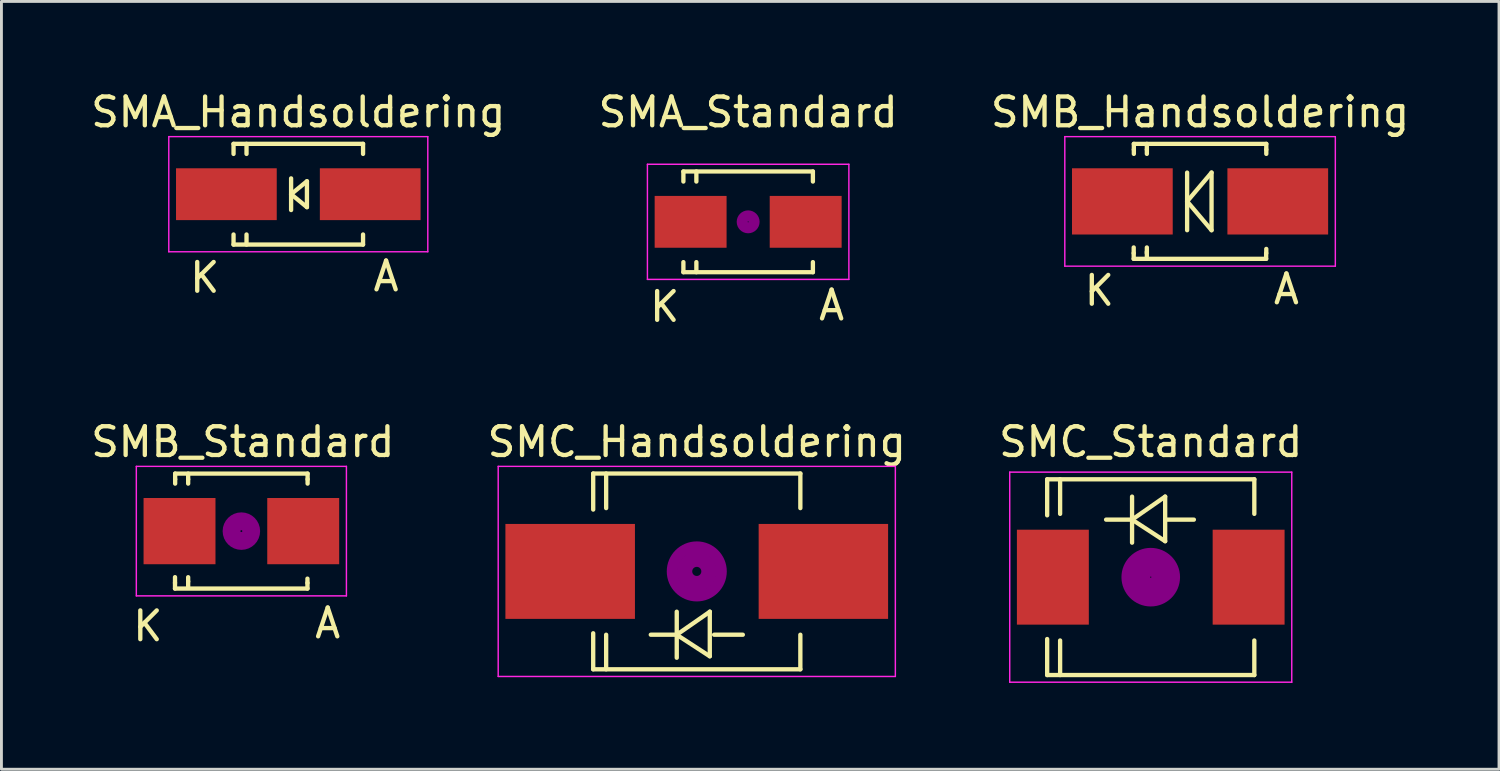
<source format=kicad_pcb>
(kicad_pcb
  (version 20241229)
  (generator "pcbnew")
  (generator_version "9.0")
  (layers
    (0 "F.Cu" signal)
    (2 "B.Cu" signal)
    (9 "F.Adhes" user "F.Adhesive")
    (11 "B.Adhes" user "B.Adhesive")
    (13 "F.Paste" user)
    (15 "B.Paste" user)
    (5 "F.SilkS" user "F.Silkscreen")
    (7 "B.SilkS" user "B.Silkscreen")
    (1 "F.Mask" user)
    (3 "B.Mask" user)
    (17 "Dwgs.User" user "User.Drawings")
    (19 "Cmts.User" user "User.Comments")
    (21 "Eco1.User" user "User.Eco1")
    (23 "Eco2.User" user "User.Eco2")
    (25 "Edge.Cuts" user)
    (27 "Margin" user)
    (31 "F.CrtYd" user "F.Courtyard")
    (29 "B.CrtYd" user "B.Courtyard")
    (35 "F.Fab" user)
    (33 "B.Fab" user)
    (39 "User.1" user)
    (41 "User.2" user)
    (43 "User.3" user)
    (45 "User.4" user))
  (footprint "SMC_Standard"
    (layer "F.Cu")
    (at 36.935 17.005)
    (property "Reference" "SMC_Standard" (at 0 -4.7 0) (layer "F.SilkS") (effects (font (size 1 1) (thickness 0.15))))
    (attr smd)
    (fp_line (start -3.599 -3.401) (end -3.599 -2.149) (stroke (width 0.15) (type solid)) (layer "F.SilkS"))
    (fp_line (start -3.599 -3.401) (end 3.599 -3.401) (stroke (width 0.15) (type solid)) (layer "F.SilkS"))
    (fp_line (start -3.599 3.401) (end -3.599 2.149) (stroke (width 0.15) (type solid)) (layer "F.SilkS"))
    (fp_line (start -3.599 3.401) (end 3.599 3.401) (stroke (width 0.15) (type solid)) (layer "F.SilkS"))
    (fp_line (start -3.149 -3.401) (end -3.149 -2.2) (stroke (width 0.15) (type solid)) (layer "F.SilkS"))
    (fp_line (start -3.149 3.401) (end -3.149 2.2) (stroke (width 0.15) (type solid)) (layer "F.SilkS"))
    (fp_line (start -0.649 -2.799) (end -0.649 -1.199) (stroke (width 0.15) (type solid)) (layer "F.SilkS"))
    (fp_line (start -0.649 -1.999) (end -1.551 -1.999) (stroke (width 0.15) (type solid)) (layer "F.SilkS"))
    (fp_line (start -0.649 -1.999) (end 0.501 -2.799) (stroke (width 0.15) (type solid)) (layer "F.SilkS"))
    (fp_line (start -0.649 -1.999) (end 0.501 -1.25) (stroke (width 0.15) (type solid)) (layer "F.SilkS"))
    (fp_line (start 0.501 -1.999) (end 1.499 -1.999) (stroke (width 0.15) (type solid)) (layer "F.SilkS"))
    (fp_line (start 0.501 -1.25) (end 0.501 -2.799) (stroke (width 0.15) (type solid)) (layer "F.SilkS"))
    (fp_line (start 3.599 -3.401) (end 3.599 -2.2) (stroke (width 0.15) (type solid)) (layer "F.SilkS"))
    (fp_line (start 3.599 3.401) (end 3.599 2.2) (stroke (width 0.15) (type solid)) (layer "F.SilkS"))
    (fp_circle (center 0 0) (end 0.15 0.15) (stroke (width 0.381) (type solid)) (fill no) (layer "F.Adhes"))
    (fp_circle (center 0 0) (end 0.45 0.201) (stroke (width 0.381) (type solid)) (fill no) (layer "F.Adhes"))
    (fp_circle (center 0 0) (end 0.749 0.351) (stroke (width 0.381) (type solid)) (fill no) (layer "F.Adhes"))
    (fp_line (start -4.9 -3.65) (end 4.9 -3.65) (stroke (width 0.05) (type solid)) (layer "F.CrtYd"))
    (fp_line (start -4.9 3.65) (end -4.9 -3.65) (stroke (width 0.05) (type solid)) (layer "F.CrtYd"))
    (fp_line (start 4.9 -3.65) (end 4.9 3.65) (stroke (width 0.05) (type solid)) (layer "F.CrtYd"))
    (fp_line (start 4.9 3.65) (end -4.9 3.65) (stroke (width 0.05) (type solid)) (layer "F.CrtYd"))
    (pad "1" smd rect (at -3.401 0 90) (size 3.299 2.499) (layers "F.Cu" "F.Mask" "F.Paste"))
    (pad "2" smd rect (at 3.401 0 90) (size 3.299 2.499) (layers "F.Cu" "F.Mask" "F.Paste")))
  (footprint "SMB_Handsoldering"
    (layer "F.Cu")
    (at 38.649 3.948)
    (property "Reference" "SMB_Handsoldering" (at 0 -3.1 0) (layer "F.SilkS") (effects (font (size 1 1) (thickness 0.15))))
    (attr smd)
    (fp_line (start -2.306 1.8) (end -2.306 1.6) (stroke (width 0.15) (type solid)) (layer "F.SilkS"))
    (fp_line (start -2.306 1.996) (end -2.306 1.798) (stroke (width 0.15) (type solid)) (layer "F.SilkS"))
    (fp_line (start -2.306 1.996) (end 2.296 1.996) (stroke (width 0.15) (type solid)) (layer "F.SilkS"))
    (fp_line (start -2.301 -1.999) (end -2.301 -1.801) (stroke (width 0.15) (type solid)) (layer "F.SilkS"))
    (fp_line (start -2.301 -1.999) (end 2.301 -1.999) (stroke (width 0.15) (type solid)) (layer "F.SilkS"))
    (fp_line (start -2.301 -1.8) (end -2.301 -1.651) (stroke (width 0.15) (type solid)) (layer "F.SilkS"))
    (fp_line (start -1.849 -1.999) (end -1.849 -1.801) (stroke (width 0.15) (type solid)) (layer "F.SilkS"))
    (fp_line (start -1.849 -1.8) (end -1.849 -1.651) (stroke (width 0.15) (type solid)) (layer "F.SilkS"))
    (fp_line (start -1.849 1.8) (end -1.849 1.601) (stroke (width 0.15) (type solid)) (layer "F.SilkS"))
    (fp_line (start -1.849 1.949) (end -1.849 1.751) (stroke (width 0.15) (type solid)) (layer "F.SilkS"))
    (fp_line (start -0.45 0) (end -0.45 -1.001) (stroke (width 0.15) (type solid)) (layer "F.SilkS"))
    (fp_line (start -0.45 0) (end -0.45 1.001) (stroke (width 0.15) (type solid)) (layer "F.SilkS"))
    (fp_line (start -0.45 0) (end 0.399 -1.001) (stroke (width 0.15) (type solid)) (layer "F.SilkS"))
    (fp_line (start 0.399 -1.001) (end 0.399 1.001) (stroke (width 0.15) (type solid)) (layer "F.SilkS"))
    (fp_line (start 0.399 1.001) (end -0.45 0) (stroke (width 0.15) (type solid)) (layer "F.SilkS"))
    (fp_line (start 2.296 1.996) (end 2.296 1.798) (stroke (width 0.15) (type solid)) (layer "F.SilkS"))
    (fp_line (start 2.301 -1.999) (end 2.301 -1.801) (stroke (width 0.15) (type solid)) (layer "F.SilkS"))
    (fp_line (start 2.301 -1.8) (end 2.301 -1.651) (stroke (width 0.15) (type solid)) (layer "F.SilkS"))
    (fp_line (start 2.301 1.8) (end 2.301 1.651) (stroke (width 0.15) (type solid)) (layer "F.SilkS"))
    (fp_line (start -4.7 -2.25) (end 4.7 -2.25) (stroke (width 0.05) (type solid)) (layer "F.CrtYd"))
    (fp_line (start -4.7 2.25) (end -4.7 -2.25) (stroke (width 0.05) (type solid)) (layer "F.CrtYd"))
    (fp_line (start 4.7 -2.25) (end 4.7 2.25) (stroke (width 0.05) (type solid)) (layer "F.CrtYd"))
    (fp_line (start 4.7 2.25) (end -4.7 2.25) (stroke (width 0.05) (type solid)) (layer "F.CrtYd"))
    (fp_text user "A" (at 3 3.05 0) (layer "F.SilkS") (effects (font (size 1 1) (thickness 0.15))))
    (fp_text user "K" (at -3.5 3.1 0) (layer "F.SilkS") (effects (font (size 1 1) (thickness 0.15))))
    (pad "1" smd rect (at -2.7 0) (size 3.5 2.301) (layers "F.Cu" "F.Mask" "F.Paste"))
    (pad "2" smd rect (at 2.7 0) (size 3.5 2.301) (layers "F.Cu" "F.Mask" "F.Paste")))
  (footprint "SMA_Handsoldering"
    (layer "F.Cu")
    (at 7.315 3.698)
    (property "Reference" "SMA_Handsoldering" (at 0 -2.85 0) (layer "F.SilkS") (effects (font (size 1 1) (thickness 0.15))))
    (attr smd)
    (fp_line (start -2.25 -1.75) (end -2.25 -1.4) (stroke (width 0.15) (type solid)) (layer "F.SilkS"))
    (fp_line (start -2.25 -1.75) (end 2.25 -1.75) (stroke (width 0.15) (type solid)) (layer "F.SilkS"))
    (fp_line (start -2.25 1.75) (end -2.25 1.4) (stroke (width 0.15) (type solid)) (layer "F.SilkS"))
    (fp_line (start -2.25 1.75) (end 2.25 1.75) (stroke (width 0.15) (type solid)) (layer "F.SilkS"))
    (fp_line (start -1.799 -1.75) (end -1.799 -1.4) (stroke (width 0.15) (type solid)) (layer "F.SilkS"))
    (fp_line (start -1.799 1.75) (end -1.799 1.4) (stroke (width 0.15) (type solid)) (layer "F.SilkS"))
    (fp_line (start -0.25 -0.55) (end -0.25 0.55) (stroke (width 0.15) (type solid)) (layer "F.SilkS"))
    (fp_line (start -0.25 0) (end 0.3 -0.45) (stroke (width 0.15) (type solid)) (layer "F.SilkS"))
    (fp_line (start 0.3 -0.45) (end 0.3 0.45) (stroke (width 0.15) (type solid)) (layer "F.SilkS"))
    (fp_line (start 0.3 0.45) (end -0.25 0) (stroke (width 0.15) (type solid)) (layer "F.SilkS"))
    (fp_line (start 2.25 -1.75) (end 2.25 -1.4) (stroke (width 0.15) (type solid)) (layer "F.SilkS"))
    (fp_line (start 2.25 1.75) (end 2.25 1.4) (stroke (width 0.15) (type solid)) (layer "F.SilkS"))
    (fp_line (start -4.5 -2) (end 4.5 -2) (stroke (width 0.05) (type solid)) (layer "F.CrtYd"))
    (fp_line (start -4.5 2) (end -4.5 -2) (stroke (width 0.05) (type solid)) (layer "F.CrtYd"))
    (fp_line (start 4.5 -2) (end 4.5 2) (stroke (width 0.05) (type solid)) (layer "F.CrtYd"))
    (fp_line (start 4.5 2) (end -4.5 2) (stroke (width 0.05) (type solid)) (layer "F.CrtYd"))
    (fp_text user "A" (at 3.05 2.85 0) (layer "F.SilkS") (effects (font (size 1 1) (thickness 0.15))))
    (fp_text user "K" (at -3.25 2.9 0) (layer "F.SilkS") (effects (font (size 1 1) (thickness 0.15))))
    (pad "1" smd rect (at -2.499 0) (size 3.5 1.801) (layers "F.Cu" "F.Mask" "F.Paste"))
    (pad "2" smd rect (at 2.499 0) (size 3.5 1.801) (layers "F.Cu" "F.Mask" "F.Paste")))
  (footprint "SMB_Standard"
    (layer "F.Cu")
    (at 5.337 15.405)
    (property "Reference" "SMB_Standard" (at 0.05 -3.1 0) (layer "F.SilkS") (effects (font (size 1 1) (thickness 0.15))))
    (attr smd)
    (fp_line (start -2.306 1.8) (end -2.306 1.6) (stroke (width 0.15) (type solid)) (layer "F.SilkS"))
    (fp_line (start -2.306 1.996) (end -2.306 1.798) (stroke (width 0.15) (type solid)) (layer "F.SilkS"))
    (fp_line (start -2.306 1.996) (end 2.296 1.996) (stroke (width 0.15) (type solid)) (layer "F.SilkS"))
    (fp_line (start -2.301 -1.999) (end -2.301 -1.801) (stroke (width 0.15) (type solid)) (layer "F.SilkS"))
    (fp_line (start -2.301 -1.999) (end 2.301 -1.999) (stroke (width 0.15) (type solid)) (layer "F.SilkS"))
    (fp_line (start -2.301 -1.8) (end -2.301 -1.651) (stroke (width 0.15) (type solid)) (layer "F.SilkS"))
    (fp_line (start -1.849 -1.999) (end -1.849 -1.801) (stroke (width 0.15) (type solid)) (layer "F.SilkS"))
    (fp_line (start -1.849 -1.8) (end -1.849 -1.651) (stroke (width 0.15) (type solid)) (layer "F.SilkS"))
    (fp_line (start -1.849 1.75) (end -1.849 1.601) (stroke (width 0.15) (type solid)) (layer "F.SilkS"))
    (fp_line (start -1.849 1.949) (end -1.849 1.751) (stroke (width 0.15) (type solid)) (layer "F.SilkS"))
    (fp_line (start 2.296 1.8) (end 2.296 1.651) (stroke (width 0.15) (type solid)) (layer "F.SilkS"))
    (fp_line (start 2.296 1.996) (end 2.296 1.798) (stroke (width 0.15) (type solid)) (layer "F.SilkS"))
    (fp_line (start 2.301 -1.999) (end 2.301 -1.801) (stroke (width 0.15) (type solid)) (layer "F.SilkS"))
    (fp_line (start 2.301 -1.8) (end 2.301 -1.651) (stroke (width 0.15) (type solid)) (layer "F.SilkS"))
    (fp_circle (center 0 0) (end 0.201 0.099) (stroke (width 0.381) (type solid)) (fill no) (layer "F.Adhes"))
    (fp_circle (center 0 0) (end 0.45 0.099) (stroke (width 0.381) (type solid)) (fill no) (layer "F.Adhes"))
    (fp_line (start -3.65 -2.25) (end 3.65 -2.25) (stroke (width 0.05) (type solid)) (layer "F.CrtYd"))
    (fp_line (start -3.65 2.25) (end -3.65 -2.25) (stroke (width 0.05) (type solid)) (layer "F.CrtYd"))
    (fp_line (start 3.65 -2.25) (end 3.65 2.25) (stroke (width 0.05) (type solid)) (layer "F.CrtYd"))
    (fp_line (start 3.65 2.25) (end -3.65 2.25) (stroke (width 0.05) (type solid)) (layer "F.CrtYd"))
    (fp_text user "K" (at -3.25 3.3 0) (layer "F.SilkS") (effects (font (size 1 1) (thickness 0.15))))
    (fp_text user "A" (at 3 3.2 0) (layer "F.SilkS") (effects (font (size 1 1) (thickness 0.15))))
    (pad "1" smd rect (at -2.149 0) (size 2.499 2.301) (layers "F.Cu" "F.Mask" "F.Paste"))
    (pad "2" smd rect (at 2.149 0) (size 2.499 2.301) (layers "F.Cu" "F.Mask" "F.Paste")))
  (footprint "SMA_Standard"
    (layer "F.Cu")
    (at 22.946 4.658)
    (property "Reference" "SMA_Standard" (at 0 -3.81 0) (layer "F.SilkS") (effects (font (size 1 1) (thickness 0.15))))
    (attr smd)
    (fp_line (start -2.25 -1.75) (end -2.25 -1.4) (stroke (width 0.15) (type solid)) (layer "F.SilkS"))
    (fp_line (start -2.25 -1.75) (end 2.25 -1.75) (stroke (width 0.15) (type solid)) (layer "F.SilkS"))
    (fp_line (start -2.25 1.75) (end -2.25 1.4) (stroke (width 0.15) (type solid)) (layer "F.SilkS"))
    (fp_line (start -2.25 1.75) (end 2.25 1.75) (stroke (width 0.15) (type solid)) (layer "F.SilkS"))
    (fp_line (start -1.799 -1.75) (end -1.799 -1.4) (stroke (width 0.15) (type solid)) (layer "F.SilkS"))
    (fp_line (start -1.799 1.75) (end -1.799 1.4) (stroke (width 0.15) (type solid)) (layer "F.SilkS"))
    (fp_line (start 2.25 -1.75) (end 2.25 -1.4) (stroke (width 0.15) (type solid)) (layer "F.SilkS"))
    (fp_line (start 2.25 1.75) (end 2.25 1.4) (stroke (width 0.15) (type solid)) (layer "F.SilkS"))
    (fp_circle (center 0 0) (end 0.201 -0.051) (stroke (width 0.381) (type solid)) (fill no) (layer "F.Adhes"))
    (fp_line (start -3.5 -2) (end 3.5 -2) (stroke (width 0.05) (type solid)) (layer "F.CrtYd"))
    (fp_line (start -3.5 2) (end -3.5 -2) (stroke (width 0.05) (type solid)) (layer "F.CrtYd"))
    (fp_line (start 3.5 -2) (end 3.5 2) (stroke (width 0.05) (type solid)) (layer "F.CrtYd"))
    (fp_line (start 3.5 2) (end -3.5 2) (stroke (width 0.05) (type solid)) (layer "F.CrtYd"))
    (fp_text user "K" (at -2.9 2.95 0) (layer "F.SilkS") (effects (font (size 1 1) (thickness 0.15))))
    (fp_text user "A" (at 2.9 2.9 0) (layer "F.SilkS") (effects (font (size 1 1) (thickness 0.15))))
    (pad "1" smd rect (at -1.999 0) (size 2.499 1.801) (layers "F.Cu" "F.Mask" "F.Paste"))
    (pad "2" smd rect (at 1.999 0) (size 2.499 1.801) (layers "F.Cu" "F.Mask" "F.Paste")))
  (footprint "SMC_Handsoldering"
    (layer "F.Cu")
    (at 21.161 16.805)
    (property "Reference" "SMC_Handsoldering" (at 0 -4.5 0) (layer "F.SilkS") (effects (font (size 1 1) (thickness 0.15))))
    (attr smd)
    (fp_line (start -3.599 -3.401) (end -3.599 -2.149) (stroke (width 0.15) (type solid)) (layer "F.SilkS"))
    (fp_line (start -3.599 -3.401) (end 3.599 -3.401) (stroke (width 0.15) (type solid)) (layer "F.SilkS"))
    (fp_line (start -3.599 3.401) (end -3.599 2.149) (stroke (width 0.15) (type solid)) (layer "F.SilkS"))
    (fp_line (start -3.599 3.401) (end 3.599 3.401) (stroke (width 0.15) (type solid)) (layer "F.SilkS"))
    (fp_line (start -3.149 -3.401) (end -3.149 -2.2) (stroke (width 0.15) (type solid)) (layer "F.SilkS"))
    (fp_line (start -3.149 3.401) (end -3.149 2.2) (stroke (width 0.15) (type solid)) (layer "F.SilkS"))
    (fp_line (start -0.699 2.2) (end 0.452 2.949) (stroke (width 0.15) (type solid)) (layer "F.SilkS"))
    (fp_line (start -0.696 1.4) (end -0.696 3) (stroke (width 0.15) (type solid)) (layer "F.SilkS"))
    (fp_line (start -0.696 2.2) (end -1.598 2.2) (stroke (width 0.15) (type solid)) (layer "F.SilkS"))
    (fp_line (start -0.696 2.2) (end 0.455 1.4) (stroke (width 0.15) (type solid)) (layer "F.SilkS"))
    (fp_line (start 0.452 2.949) (end 0.452 1.4) (stroke (width 0.15) (type solid)) (layer "F.SilkS"))
    (fp_line (start 0.602 2.2) (end 1.6 2.2) (stroke (width 0.15) (type solid)) (layer "F.SilkS"))
    (fp_line (start 3.599 -3.401) (end 3.599 -2.2) (stroke (width 0.15) (type solid)) (layer "F.SilkS"))
    (fp_line (start 3.599 3.401) (end 3.599 2.2) (stroke (width 0.15) (type solid)) (layer "F.SilkS"))
    (fp_circle (center 0 0) (end 0.15 0.051) (stroke (width 0.381) (type solid)) (fill no) (layer "F.Adhes"))
    (fp_circle (center 0 0) (end 0.5 0.051) (stroke (width 0.381) (type solid)) (fill no) (layer "F.Adhes"))
    (fp_circle (center 0 0) (end 0.851 0.051) (stroke (width 0.381) (type solid)) (fill no) (layer "F.Adhes"))
    (fp_line (start -6.9 -3.65) (end 6.9 -3.65) (stroke (width 0.05) (type solid)) (layer "F.CrtYd"))
    (fp_line (start -6.9 3.65) (end -6.9 -3.65) (stroke (width 0.05) (type solid)) (layer "F.CrtYd"))
    (fp_line (start 6.9 -3.65) (end 6.9 3.65) (stroke (width 0.05) (type solid)) (layer "F.CrtYd"))
    (fp_line (start 6.9 3.65) (end -6.9 3.65) (stroke (width 0.05) (type solid)) (layer "F.CrtYd"))
    (pad "1" smd rect (at -4.399 0 90) (size 3.299 4.501) (layers "F.Cu" "F.Mask" "F.Paste"))
    (pad "2" smd rect (at 4.399 0 90) (size 3.299 4.498) (layers "F.Cu" "F.Mask" "F.Paste")))
  (gr_rect
    (start -3 -3)
    (end 49.036 23.68)
    (stroke (width 0.1) (type default))
    (fill no)
    (layer "Edge.Cuts")))
</source>
